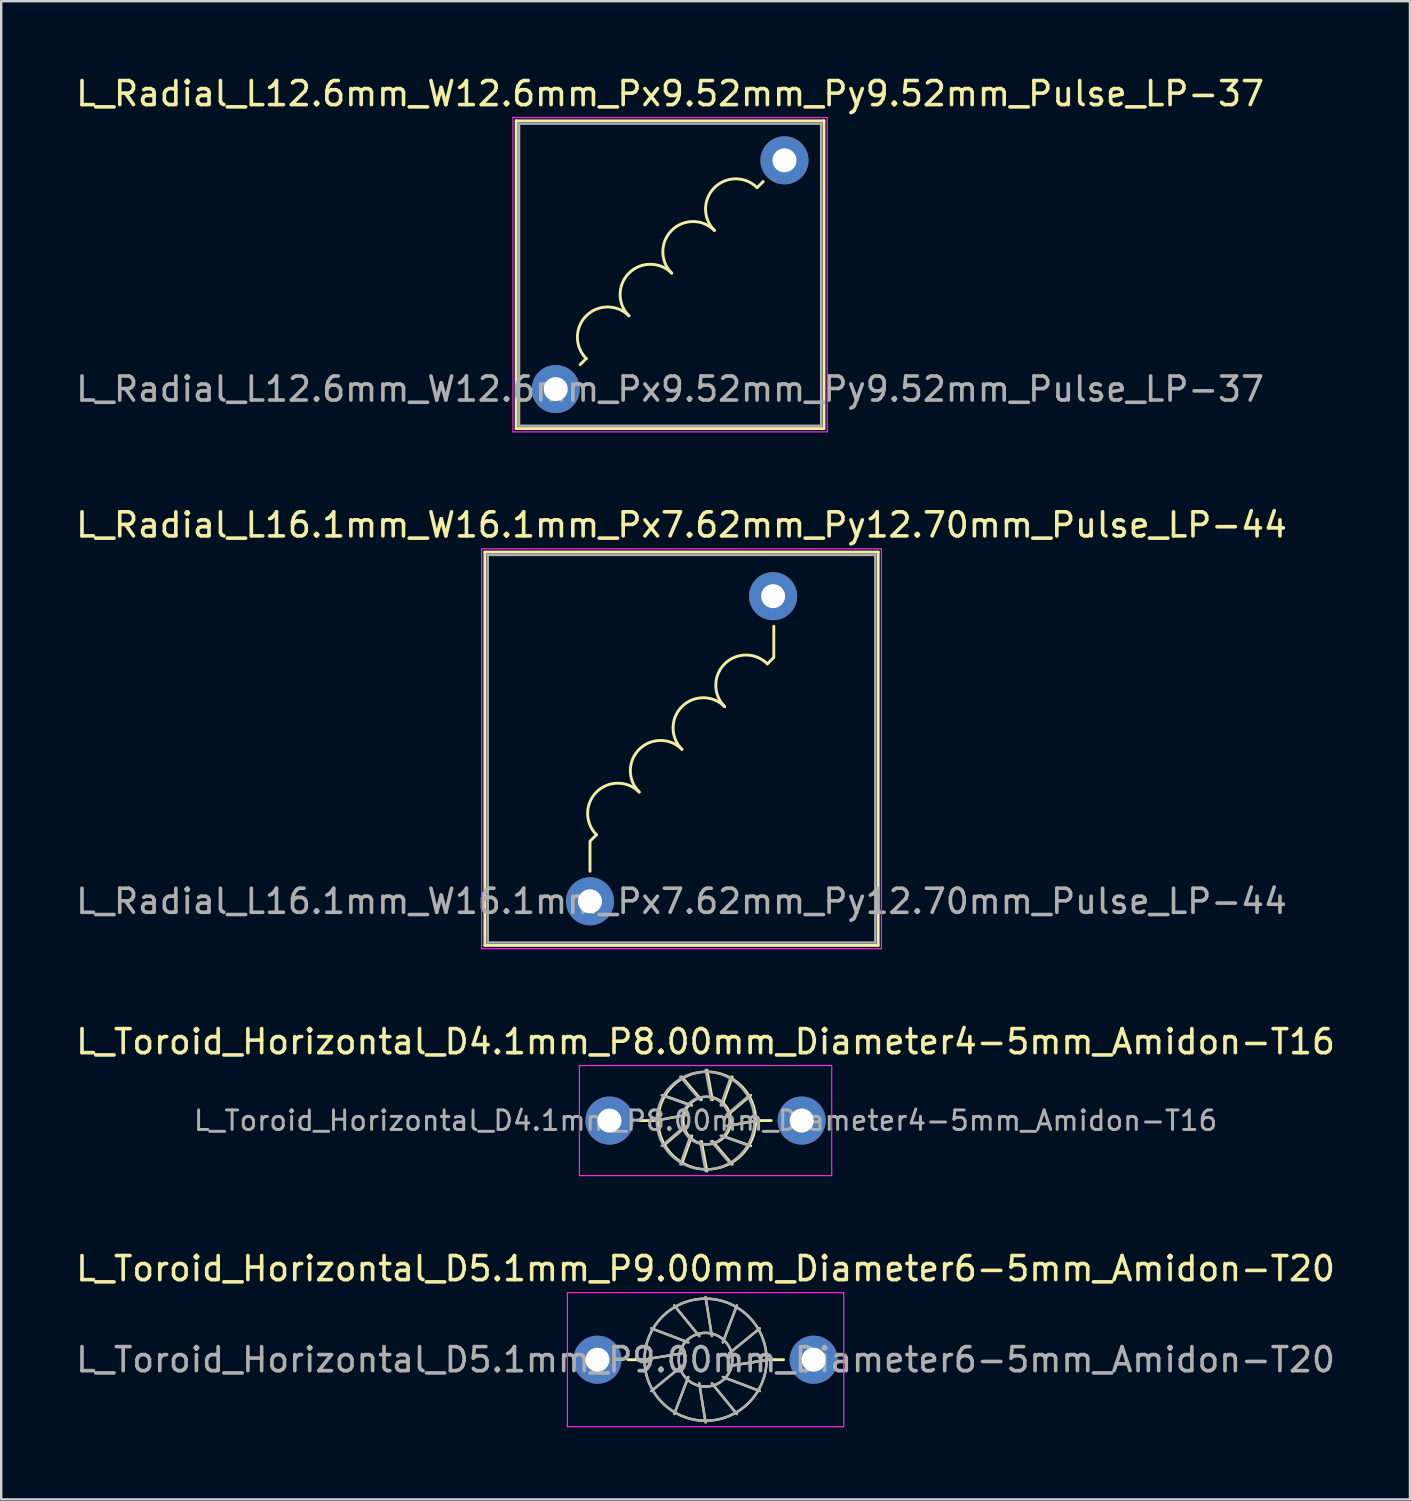
<source format=kicad_pcb>
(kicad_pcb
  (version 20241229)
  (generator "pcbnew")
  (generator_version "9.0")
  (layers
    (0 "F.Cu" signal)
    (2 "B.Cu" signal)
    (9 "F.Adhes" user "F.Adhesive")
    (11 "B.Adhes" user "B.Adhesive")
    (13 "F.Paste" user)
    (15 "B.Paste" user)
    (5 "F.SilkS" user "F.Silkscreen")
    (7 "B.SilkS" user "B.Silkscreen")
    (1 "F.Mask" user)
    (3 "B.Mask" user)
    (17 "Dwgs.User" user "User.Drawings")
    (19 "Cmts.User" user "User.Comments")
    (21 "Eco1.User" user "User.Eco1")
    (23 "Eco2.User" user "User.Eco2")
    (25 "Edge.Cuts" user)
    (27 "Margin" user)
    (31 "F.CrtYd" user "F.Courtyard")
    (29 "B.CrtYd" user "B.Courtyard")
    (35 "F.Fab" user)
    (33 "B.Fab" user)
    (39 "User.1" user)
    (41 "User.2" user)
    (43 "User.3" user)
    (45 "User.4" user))
  (footprint "L_Radial_L16.1mm_W16.1mm_Px7.62mm_Py12.70mm_Pulse_LP-44"
    (layer "F.Cu")
    (at 21.505 34.462)
    (property "Reference" "L_Radial_L16.1mm_W16.1mm_Px7.62mm_Py12.70mm_Pulse_LP-44" (at 3.81 -15.665 0) (layer "F.SilkS") (effects (font (size 1 1) (thickness 0.15))))
    (attr through_hole)
    (fp_line (start -4.375 -14.535) (end -4.375 1.835) (stroke (width 0.12) (type solid)) (layer "F.SilkS"))
    (fp_line (start -4.375 -14.535) (end 11.995 -14.535) (stroke (width 0.12) (type solid)) (layer "F.SilkS"))
    (fp_line (start -4.375 1.835) (end 11.995 1.835) (stroke (width 0.12) (type solid)) (layer "F.SilkS"))
    (fp_line (start 0 -2.5) (end 0 -1.25) (stroke (width 0.12) (type solid)) (layer "F.SilkS"))
    (fp_line (start 0.27 -2.77) (end 0.016 -2.516) (stroke (width 0.12) (type solid)) (layer "F.SilkS"))
    (fp_line (start 7.636 -10.136) (end 7.382 -9.882) (stroke (width 0.12) (type solid)) (layer "F.SilkS"))
    (fp_line (start 7.65 -11.45) (end 7.65 -10.15) (stroke (width 0.12) (type solid)) (layer "F.SilkS"))
    (fp_line (start 11.995 -14.535) (end 11.995 1.835) (stroke (width 0.12) (type solid)) (layer "F.SilkS"))
    (fp_arc (start 0.27 -2.77) (mid 0.27 -4.548) (end 2.048 -4.548) (stroke (width 0.12) (type solid)) (layer "F.SilkS"))
    (fp_arc (start 2.048 -4.548) (mid 2.048 -6.326) (end 3.826 -6.326) (stroke (width 0.12) (type solid)) (layer "F.SilkS"))
    (fp_arc (start 3.826 -6.326) (mid 3.826 -8.104) (end 5.604 -8.104) (stroke (width 0.12) (type solid)) (layer "F.SilkS"))
    (fp_arc (start 5.604 -8.104) (mid 5.604 -9.882) (end 7.382 -9.882) (stroke (width 0.12) (type solid)) (layer "F.SilkS"))
    (fp_line (start -4.51 -14.67) (end -4.51 1.97) (stroke (width 0.05) (type solid)) (layer "F.CrtYd"))
    (fp_line (start -4.51 1.97) (end 12.13 1.97) (stroke (width 0.05) (type solid)) (layer "F.CrtYd"))
    (fp_line (start 12.13 -14.67) (end -4.51 -14.67) (stroke (width 0.05) (type solid)) (layer "F.CrtYd"))
    (fp_line (start 12.13 1.97) (end 12.13 -14.67) (stroke (width 0.05) (type solid)) (layer "F.CrtYd"))
    (fp_line (start -4.255 -14.415) (end -4.255 1.715) (stroke (width 0.1) (type solid)) (layer "F.Fab"))
    (fp_line (start -4.255 1.715) (end 11.875 1.715) (stroke (width 0.1) (type solid)) (layer "F.Fab"))
    (fp_line (start 11.875 -14.415) (end -4.255 -14.415) (stroke (width 0.1) (type solid)) (layer "F.Fab"))
    (fp_line (start 11.875 1.715) (end 11.875 -14.415) (stroke (width 0.1) (type solid)) (layer "F.Fab"))
    (fp_text user "${REFERENCE}" (at 3.81 0 0) (layer "F.Fab") (effects (font (size 1 1) (thickness 0.15))))
    (pad "1" thru_hole circle (at 0 0) (size 2 2) (drill 1) (layers "*.Cu" "*.Mask"))
    (pad "2" thru_hole circle (at 7.62 -12.7) (size 2 2) (drill 1) (layers "*.Cu" "*.Mask")))
  (footprint "L_Radial_L12.6mm_W12.6mm_Px9.52mm_Py9.52mm_Pulse_LP-37"
    (layer "F.Cu")
    (at 20.079 13.143)
    (property "Reference" "L_Radial_L12.6mm_W12.6mm_Px9.52mm_Py9.52mm_Pulse_LP-37" (at 4.76 -12.295 0) (layer "F.SilkS") (effects (font (size 1 1) (thickness 0.15))))
    (attr through_hole)
    (fp_line (start -1.645 -11.165) (end -1.645 1.645) (stroke (width 0.12) (type solid)) (layer "F.SilkS"))
    (fp_line (start -1.645 -11.165) (end 11.165 -11.165) (stroke (width 0.12) (type solid)) (layer "F.SilkS"))
    (fp_line (start -1.645 1.645) (end 11.165 1.645) (stroke (width 0.12) (type solid)) (layer "F.SilkS"))
    (fp_line (start 1.27 -1.27) (end 1.016 -1.016) (stroke (width 0.12) (type solid)) (layer "F.SilkS"))
    (fp_line (start 8.636 -8.636) (end 8.382 -8.382) (stroke (width 0.12) (type solid)) (layer "F.SilkS"))
    (fp_line (start 11.165 -11.165) (end 11.165 1.645) (stroke (width 0.12) (type solid)) (layer "F.SilkS"))
    (fp_arc (start 1.27 -1.27) (mid 1.27 -3.048) (end 3.048 -3.048) (stroke (width 0.12) (type solid)) (layer "F.SilkS"))
    (fp_arc (start 3.048 -3.048) (mid 3.048 -4.826) (end 4.826 -4.826) (stroke (width 0.12) (type solid)) (layer "F.SilkS"))
    (fp_arc (start 4.826 -4.826) (mid 4.826 -6.604) (end 6.604 -6.604) (stroke (width 0.12) (type solid)) (layer "F.SilkS"))
    (fp_arc (start 6.604 -6.604) (mid 6.604 -8.382) (end 8.382 -8.382) (stroke (width 0.12) (type solid)) (layer "F.SilkS"))
    (fp_line (start -1.78 -11.3) (end -1.78 1.78) (stroke (width 0.05) (type solid)) (layer "F.CrtYd"))
    (fp_line (start -1.78 1.78) (end 11.3 1.78) (stroke (width 0.05) (type solid)) (layer "F.CrtYd"))
    (fp_line (start 11.3 -11.3) (end -1.78 -11.3) (stroke (width 0.05) (type solid)) (layer "F.CrtYd"))
    (fp_line (start 11.3 1.78) (end 11.3 -11.3) (stroke (width 0.05) (type solid)) (layer "F.CrtYd"))
    (fp_line (start -1.525 -11.045) (end -1.525 1.525) (stroke (width 0.1) (type solid)) (layer "F.Fab"))
    (fp_line (start -1.525 1.525) (end 11.045 1.525) (stroke (width 0.1) (type solid)) (layer "F.Fab"))
    (fp_line (start 11.045 -11.045) (end -1.525 -11.045) (stroke (width 0.1) (type solid)) (layer "F.Fab"))
    (fp_line (start 11.045 1.525) (end 11.045 -11.045) (stroke (width 0.1) (type solid)) (layer "F.Fab"))
    (fp_text user "${REFERENCE}" (at 4.76 0 0) (layer "F.Fab") (effects (font (size 1 1) (thickness 0.15))))
    (pad "1" thru_hole circle (at 0 0) (size 2 2) (drill 1) (layers "*.Cu" "*.Mask"))
    (pad "2" thru_hole circle (at 9.52 -9.52) (size 2 2) (drill 1) (layers "*.Cu" "*.Mask")))
  (footprint "L_Toroid_Horizontal_D5.1mm_P9.00mm_Diameter6-5mm_Amidon-T20"
    (layer "F.Cu")
    (at 21.815 53.54)
    (property "Reference" "L_Toroid_Horizontal_D5.1mm_P9.00mm_Diameter6-5mm_Amidon-T20" (at 4.5 -3.79 0) (layer "F.SilkS") (effects (font (size 1 1) (thickness 0.15))))
    (attr through_hole)
    (fp_line (start 1.893 0.000242) (end 1.27 0) (stroke (width 0.12) (type solid)) (layer "F.SilkS"))
    (fp_line (start 1.893 0.000242) (end 3.517 -0.263) (stroke (width 0.1) (type solid)) (layer "F.SilkS"))
    (fp_line (start 2.242 -1.303) (end 3.78 -0.719) (stroke (width 0.1) (type solid)) (layer "F.SilkS"))
    (fp_line (start 2.243 1.304) (end 3.517 0.263) (stroke (width 0.1) (type solid)) (layer "F.SilkS"))
    (fp_line (start 3.196 -2.257) (end 4.237 -0.983) (stroke (width 0.1) (type solid)) (layer "F.SilkS"))
    (fp_line (start 3.197 2.258) (end 3.781 0.72) (stroke (width 0.1) (type solid)) (layer "F.SilkS"))
    (fp_line (start 4.5 -2.607) (end 4.763 -0.983) (stroke (width 0.1) (type solid)) (layer "F.SilkS"))
    (fp_line (start 4.5 2.607) (end 4.237 0.983) (stroke (width 0.1) (type solid)) (layer "F.SilkS"))
    (fp_line (start 5.803 -2.258) (end 5.219 -0.72) (stroke (width 0.1) (type solid)) (layer "F.SilkS"))
    (fp_line (start 5.803 2.258) (end 4.763 0.983) (stroke (width 0.1) (type solid)) (layer "F.SilkS"))
    (fp_line (start 6.757 -1.304) (end 5.483 -0.264) (stroke (width 0.1) (type solid)) (layer "F.SilkS"))
    (fp_line (start 6.758 1.303) (end 5.22 0.72) (stroke (width 0.1) (type solid)) (layer "F.SilkS"))
    (fp_line (start 7.107 0) (end 5.483 0.263) (stroke (width 0.1) (type solid)) (layer "F.SilkS"))
    (fp_line (start 7.112 0) (end 7.747 0) (stroke (width 0.12) (type solid)) (layer "F.SilkS"))
    (fp_circle (center 4.5 0) (end 5.618 0) (stroke (width 0.1) (type solid)) (fill no) (layer "F.SilkS"))
    (fp_circle (center 4.5 0) (end 7.04 0) (stroke (width 0.1) (type solid)) (fill no) (layer "F.SilkS"))
    (fp_line (start -1.25 -2.79) (end -1.25 2.79) (stroke (width 0.05) (type solid)) (layer "F.CrtYd"))
    (fp_line (start -1.25 2.79) (end 10.25 2.79) (stroke (width 0.05) (type solid)) (layer "F.CrtYd"))
    (fp_line (start 10.25 -2.79) (end -1.25 -2.79) (stroke (width 0.05) (type solid)) (layer "F.CrtYd"))
    (fp_line (start 10.25 2.79) (end 10.25 -2.79) (stroke (width 0.05) (type solid)) (layer "F.CrtYd"))
    (fp_line (start 1.893 0.000242) (end 3.517 -0.263) (stroke (width 0.1) (type solid)) (layer "F.Fab"))
    (fp_line (start 2.242 -1.303) (end 3.78 -0.719) (stroke (width 0.1) (type solid)) (layer "F.Fab"))
    (fp_line (start 2.243 1.304) (end 3.517 0.263) (stroke (width 0.1) (type solid)) (layer "F.Fab"))
    (fp_line (start 3.196 -2.257) (end 4.237 -0.983) (stroke (width 0.1) (type solid)) (layer "F.Fab"))
    (fp_line (start 3.197 2.258) (end 3.781 0.72) (stroke (width 0.1) (type solid)) (layer "F.Fab"))
    (fp_line (start 4.5 -2.607) (end 4.763 -0.983) (stroke (width 0.1) (type solid)) (layer "F.Fab"))
    (fp_line (start 4.5 2.607) (end 4.237 0.983) (stroke (width 0.1) (type solid)) (layer "F.Fab"))
    (fp_line (start 5.803 -2.258) (end 5.219 -0.72) (stroke (width 0.1) (type solid)) (layer "F.Fab"))
    (fp_line (start 5.803 2.258) (end 4.763 0.983) (stroke (width 0.1) (type solid)) (layer "F.Fab"))
    (fp_line (start 6.757 -1.304) (end 5.483 -0.264) (stroke (width 0.1) (type solid)) (layer "F.Fab"))
    (fp_line (start 6.758 1.303) (end 5.22 0.72) (stroke (width 0.1) (type solid)) (layer "F.Fab"))
    (fp_line (start 7.107 -0.000483) (end 5.483 0.263) (stroke (width 0.1) (type solid)) (layer "F.Fab"))
    (fp_line (start 7.107 0) (end 5.483 0.263) (stroke (width 0.1) (type solid)) (layer "F.Fab"))
    (fp_circle (center 4.5 0) (end 5.618 0) (stroke (width 0.1) (type solid)) (fill no) (layer "F.Fab"))
    (fp_circle (center 4.5 0) (end 7.04 0) (stroke (width 0.1) (type solid)) (fill no) (layer "F.Fab"))
    (fp_text user "${REFERENCE}" (at 4.5 0 0) (layer "F.Fab") (effects (font (size 1 1) (thickness 0.15))))
    (pad "1" thru_hole circle (at 0 0) (size 2 2) (drill 1) (layers "*.Cu" "*.Mask"))
    (pad "2" thru_hole circle (at 9 0) (size 2 2) (drill 1) (layers "*.Cu" "*.Mask")))
  (footprint "L_Toroid_Horizontal_D4.1mm_P8.00mm_Diameter4-5mm_Amidon-T16"
    (layer "F.Cu")
    (at 22.315 43.587)
    (property "Reference" "L_Toroid_Horizontal_D4.1mm_P8.00mm_Diameter4-5mm_Amidon-T16" (at 4 -3.282 0) (layer "F.SilkS") (effects (font (size 1 1) (thickness 0.15))))
    (attr through_hole)
    (fp_line (start 1.955 0.000195) (end 1.27 0) (stroke (width 0.12) (type solid)) (layer "F.SilkS"))
    (fp_line (start 1.955 0.000195) (end 3.206 -0.23) (stroke (width 0.1) (type solid)) (layer "F.SilkS"))
    (fp_line (start 2.237 -1.054) (end 3.436 -0.628) (stroke (width 0.1) (type solid)) (layer "F.SilkS"))
    (fp_line (start 2.238 1.055) (end 3.206 0.23) (stroke (width 0.1) (type solid)) (layer "F.SilkS"))
    (fp_line (start 3.009 -1.826) (end 3.834 -0.858) (stroke (width 0.1) (type solid)) (layer "F.SilkS"))
    (fp_line (start 3.01 1.826) (end 3.436 0.628) (stroke (width 0.1) (type solid)) (layer "F.SilkS"))
    (fp_line (start 4.064 -2.109) (end 4.294 -0.858) (stroke (width 0.1) (type solid)) (layer "F.SilkS"))
    (fp_line (start 4.064 2.109) (end 3.834 0.858) (stroke (width 0.1) (type solid)) (layer "F.SilkS"))
    (fp_line (start 5.118 -1.827) (end 4.692 -0.628) (stroke (width 0.1) (type solid)) (layer "F.SilkS"))
    (fp_line (start 5.119 1.826) (end 4.294 0.858) (stroke (width 0.1) (type solid)) (layer "F.SilkS"))
    (fp_line (start 5.89 -1.055) (end 4.922 -0.23) (stroke (width 0.1) (type solid)) (layer "F.SilkS"))
    (fp_line (start 5.89 1.054) (end 4.692 0.628) (stroke (width 0.1) (type solid)) (layer "F.SilkS"))
    (fp_line (start 6.173 0) (end 4.922 0.23) (stroke (width 0.1) (type solid)) (layer "F.SilkS"))
    (fp_line (start 6.173 0) (end 6.731 0) (stroke (width 0.12) (type solid)) (layer "F.SilkS"))
    (fp_circle (center 4.064 0) (end 5.055 0) (stroke (width 0.1) (type solid)) (fill no) (layer "F.SilkS"))
    (fp_circle (center 4.064 0) (end 6.096 0) (stroke (width 0.1) (type solid)) (fill no) (layer "F.SilkS"))
    (fp_line (start -1.25 -2.29) (end -1.25 2.29) (stroke (width 0.05) (type solid)) (layer "F.CrtYd"))
    (fp_line (start -1.25 2.29) (end 9.25 2.29) (stroke (width 0.05) (type solid)) (layer "F.CrtYd"))
    (fp_line (start 9.25 -2.29) (end -1.25 -2.29) (stroke (width 0.05) (type solid)) (layer "F.CrtYd"))
    (fp_line (start 9.25 2.29) (end 9.25 -2.29) (stroke (width 0.05) (type solid)) (layer "F.CrtYd"))
    (fp_line (start 1.891 0.000195) (end 3.142 -0.23) (stroke (width 0.1) (type solid)) (layer "F.Fab"))
    (fp_line (start 2.173 -1.054) (end 3.372 -0.628) (stroke (width 0.1) (type solid)) (layer "F.Fab"))
    (fp_line (start 2.174 1.055) (end 3.142 0.23) (stroke (width 0.1) (type solid)) (layer "F.Fab"))
    (fp_line (start 2.945 -1.826) (end 3.77 -0.858) (stroke (width 0.1) (type solid)) (layer "F.Fab"))
    (fp_line (start 2.946 1.826) (end 3.372 0.628) (stroke (width 0.1) (type solid)) (layer "F.Fab"))
    (fp_line (start 4 -2.109) (end 4.23 -0.858) (stroke (width 0.1) (type solid)) (layer "F.Fab"))
    (fp_line (start 4 2.109) (end 3.77 0.858) (stroke (width 0.1) (type solid)) (layer "F.Fab"))
    (fp_line (start 5.054 -1.827) (end 4.628 -0.628) (stroke (width 0.1) (type solid)) (layer "F.Fab"))
    (fp_line (start 5.055 1.826) (end 4.23 0.858) (stroke (width 0.1) (type solid)) (layer "F.Fab"))
    (fp_line (start 5.826 -1.055) (end 4.858 -0.23) (stroke (width 0.1) (type solid)) (layer "F.Fab"))
    (fp_line (start 5.826 1.054) (end 4.628 0.628) (stroke (width 0.1) (type solid)) (layer "F.Fab"))
    (fp_line (start 6.109 -0.000391) (end 4.858 0.23) (stroke (width 0.1) (type solid)) (layer "F.Fab"))
    (fp_line (start 6.109 0) (end 4.858 0.23) (stroke (width 0.1) (type solid)) (layer "F.Fab"))
    (fp_circle (center 4 0) (end 4.991 0) (stroke (width 0.1) (type solid)) (fill no) (layer "F.Fab"))
    (fp_circle (center 4 0) (end 6.032 0) (stroke (width 0.1) (type solid)) (fill no) (layer "F.Fab"))
    (fp_text user "${REFERENCE}" (at 4 0 0) (layer "F.Fab") (effects (font (size 0.813 0.813) (thickness 0.122))))
    (pad "1" thru_hole circle (at 0 0) (size 2 2) (drill 1) (layers "*.Cu" "*.Mask"))
    (pad "2" thru_hole circle (at 8 0) (size 2 2) (drill 1) (layers "*.Cu" "*.Mask")))
  (gr_rect
    (start -3 -3)
    (end 55.631 59.355)
    (stroke (width 0.1) (type default))
    (fill no)
    (layer "Edge.Cuts")))
</source>
